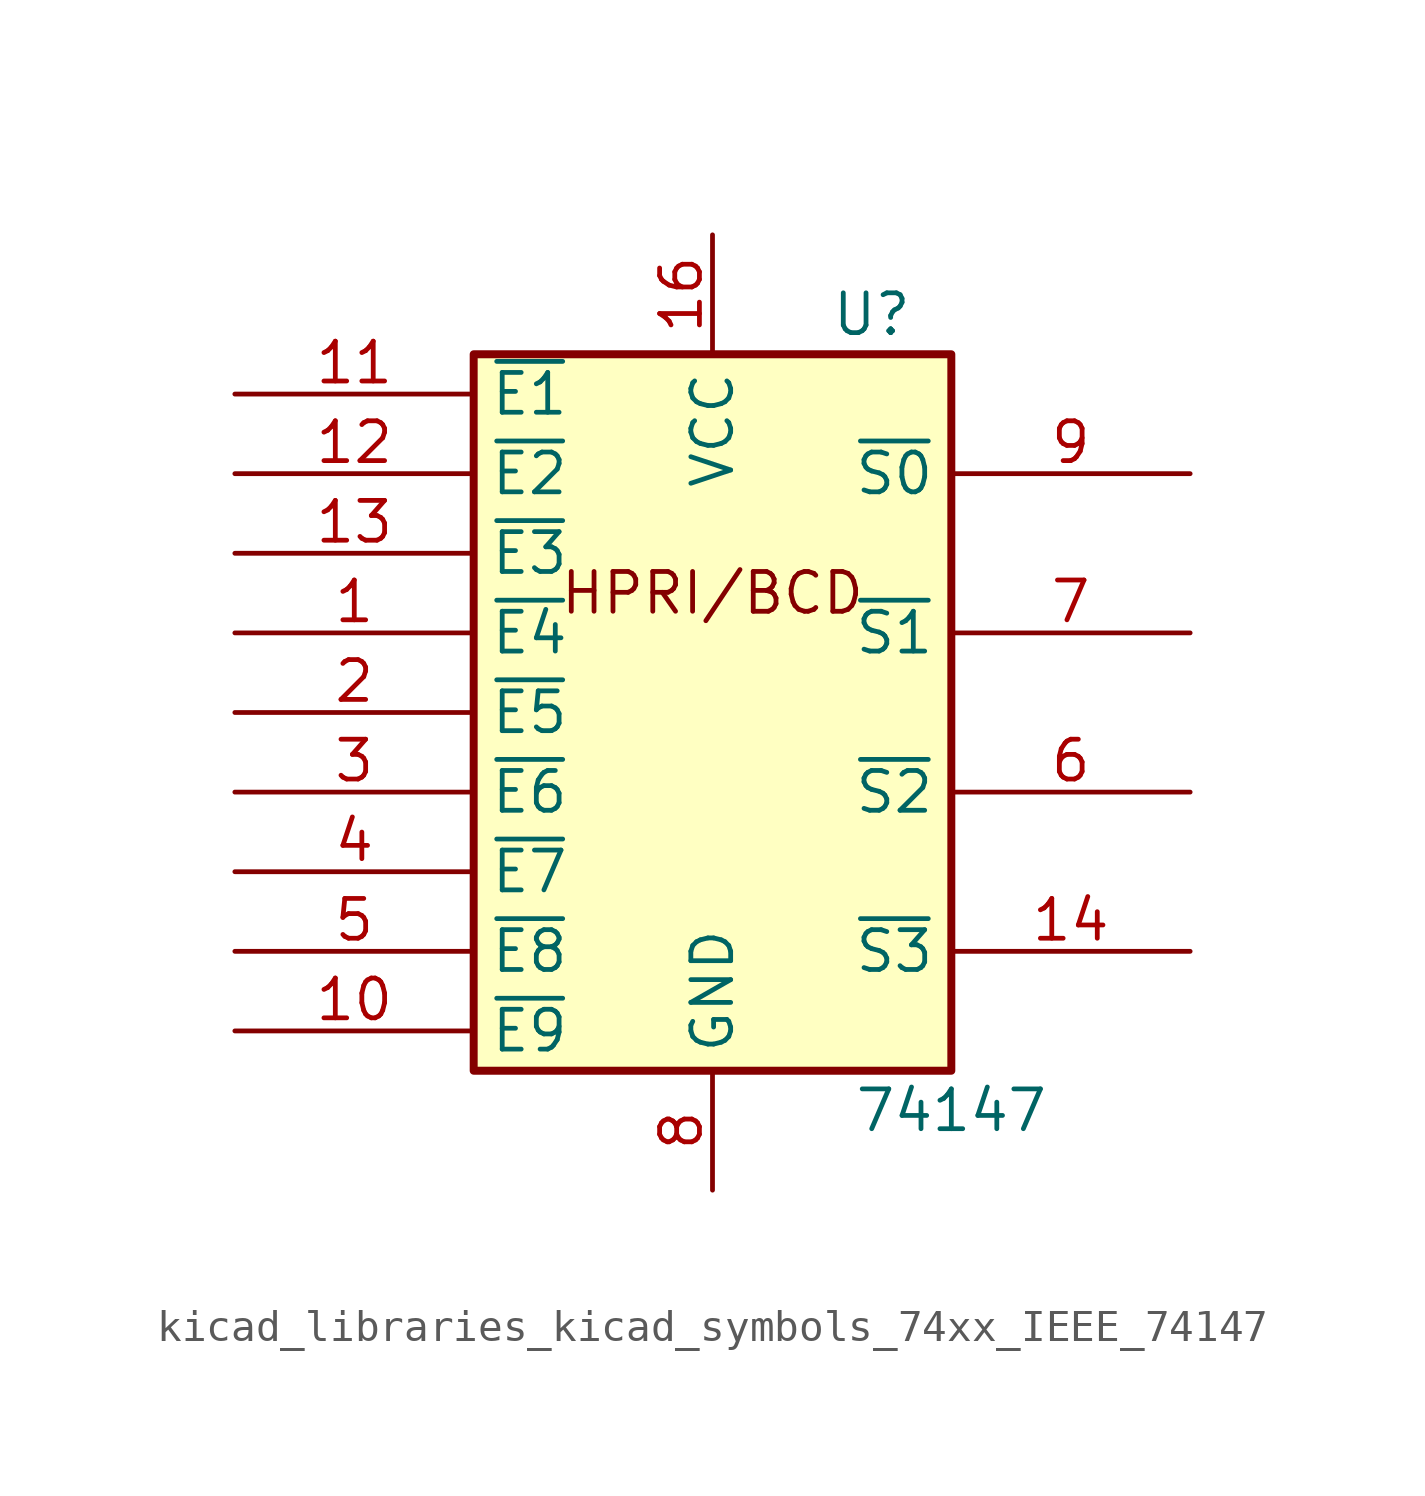
<source format=kicad_sym>
(kicad_symbol_lib
  (version 20220914)
  (generator kicad_symbol_editor)
  (symbol "kicad_libraries_kicad_symbols_74xx_IEEE_74147"
    (property "Reference" "U"
      (at 5.08 12.7 0)
      (effects (font (size 1.27 1.27))))
    (property "Value" "74147"
      (at 7.62 -12.7 0)
      (effects (font (size 1.27 1.27))))
    (symbol "kicad_libraries_kicad_symbols_74xx_IEEE_74147_0_0"
      (text "HPRI/BCD" (at 0 3.81 0) (effects (font (size 1.27 1.27))))
      (pin power_in line (at 0 15.24 270) (length 3.81) (name "VCC" (effects (font (size 1.27 1.27)))) (number "16" (effects (font (size 1.27 1.27)))))
      (pin power_in line (at 0 -15.24 90) (length 3.81) (name "GND" (effects (font (size 1.27 1.27)))) (number "8" (effects (font (size 1.27 1.27))))))
    (symbol "kicad_libraries_kicad_symbols_74xx_IEEE_74147_0_1"
      (rectangle (start -7.62 11.43) (end 7.62 -11.43) (stroke (width 0.254) (type default)) (fill (type background))))
    (symbol "kicad_libraries_kicad_symbols_74xx_IEEE_74147_1_1"
      (pin input line (at -15.24 2.54 0) (length 7.62) (name "~{E4}" (effects (font (size 1.27 1.27)))) (number "1" (effects (font (size 1.27 1.27)))))
      (pin input line (at -15.24 -10.16 0) (length 7.62) (name "~{E9}" (effects (font (size 1.27 1.27)))) (number "10" (effects (font (size 1.27 1.27)))))
      (pin input line (at -15.24 10.16 0) (length 7.62) (name "~{E1}" (effects (font (size 1.27 1.27)))) (number "11" (effects (font (size 1.27 1.27)))))
      (pin input line (at -15.24 7.62 0) (length 7.62) (name "~{E2}" (effects (font (size 1.27 1.27)))) (number "12" (effects (font (size 1.27 1.27)))))
      (pin input line (at -15.24 5.08 0) (length 7.62) (name "~{E3}" (effects (font (size 1.27 1.27)))) (number "13" (effects (font (size 1.27 1.27)))))
      (pin output line (at 15.24 -7.62 180) (length 7.62) (name "~{S3}" (effects (font (size 1.27 1.27)))) (number "14" (effects (font (size 1.27 1.27)))))
      (pin input line (at -15.24 0 0) (length 7.62) (name "~{E5}" (effects (font (size 1.27 1.27)))) (number "2" (effects (font (size 1.27 1.27)))))
      (pin input line (at -15.24 -2.54 0) (length 7.62) (name "~{E6}" (effects (font (size 1.27 1.27)))) (number "3" (effects (font (size 1.27 1.27)))))
      (pin input line (at -15.24 -5.08 0) (length 7.62) (name "~{E7}" (effects (font (size 1.27 1.27)))) (number "4" (effects (font (size 1.27 1.27)))))
      (pin input line (at -15.24 -7.62 0) (length 7.62) (name "~{E8}" (effects (font (size 1.27 1.27)))) (number "5" (effects (font (size 1.27 1.27)))))
      (pin output line (at 15.24 -2.54 180) (length 7.62) (name "~{S2}" (effects (font (size 1.27 1.27)))) (number "6" (effects (font (size 1.27 1.27)))))
      (pin output line (at 15.24 2.54 180) (length 7.62) (name "~{S1}" (effects (font (size 1.27 1.27)))) (number "7" (effects (font (size 1.27 1.27)))))
      (pin output line (at 15.24 7.62 180) (length 7.62) (name "~{S0}" (effects (font (size 1.27 1.27)))) (number "9" (effects (font (size 1.27 1.27))))))))
</source>
